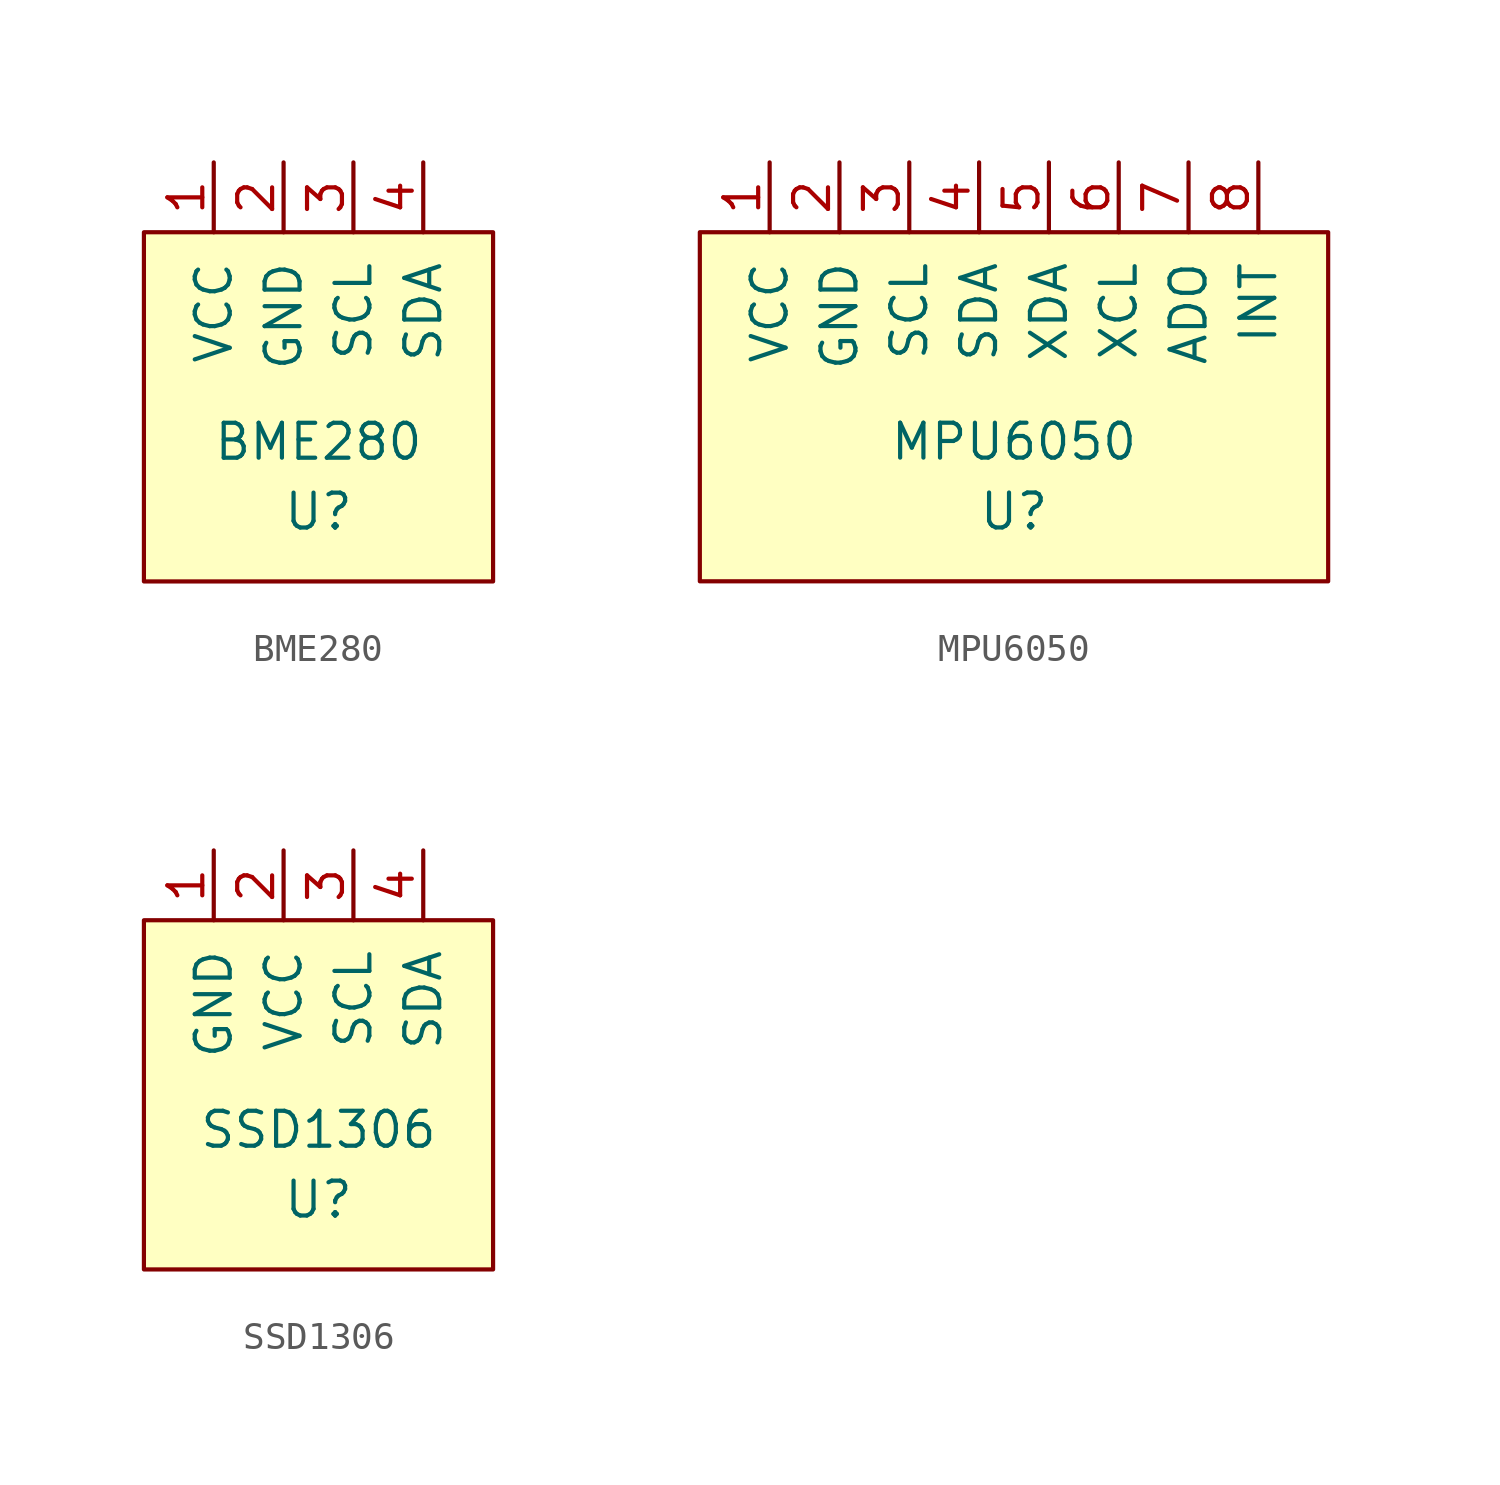
<source format=kicad_sym>
(kicad_symbol_lib
  (version 20220914)
  (generator kicad_symbol_editor)
  (symbol "BME280"
    (pin_names
      (offset 1.016))
    (property "Reference" "U"
      (at 0 -3.81 0)
      (effects (font (size 1.27 1.27))))
    (property "Value" "BME280"
      (at 0 -1.27 0)
      (effects (font (size 1.27 1.27))))
    (symbol "BME280_0_1"
      (rectangle (start -6.35 6.35) (end 6.35 -6.35) (stroke (width 0) (type solid)) (fill (type background))))
    (symbol "BME280_1_1"
      (pin input line (at -3.81 8.89 270) (length 2.54) (name "VCC" (effects (font (size 1.27 1.27)))) (number "1" (effects (font (size 1.27 1.27)))))
      (pin input line (at -1.27 8.89 270) (length 2.54) (name "GND" (effects (font (size 1.27 1.27)))) (number "2" (effects (font (size 1.27 1.27)))))
      (pin input line (at 1.27 8.89 270) (length 2.54) (name "SCL" (effects (font (size 1.27 1.27)))) (number "3" (effects (font (size 1.27 1.27)))))
      (pin input line (at 3.81 8.89 270) (length 2.54) (name "SDA" (effects (font (size 1.27 1.27)))) (number "4" (effects (font (size 1.27 1.27)))))))
  (symbol "MPU6050"
    (pin_names
      (offset 1.016))
    (property "Reference" "U"
      (at 5.08 -3.81 0)
      (effects (font (size 1.27 1.27))))
    (property "Value" "MPU6050"
      (at 5.08 -1.27 0)
      (effects (font (size 1.27 1.27))))
    (symbol "MPU6050_0_1"
      (rectangle (start -6.35 6.35) (end 16.51 -6.35) (stroke (width 0) (type solid)) (fill (type background))))
    (symbol "MPU6050_1_1"
      (pin input line (at -3.81 8.89 270) (length 2.54) (name "VCC" (effects (font (size 1.27 1.27)))) (number "1" (effects (font (size 1.27 1.27)))))
      (pin input line (at -1.27 8.89 270) (length 2.54) (name "GND" (effects (font (size 1.27 1.27)))) (number "2" (effects (font (size 1.27 1.27)))))
      (pin input line (at 1.27 8.89 270) (length 2.54) (name "SCL" (effects (font (size 1.27 1.27)))) (number "3" (effects (font (size 1.27 1.27)))))
      (pin input line (at 3.81 8.89 270) (length 2.54) (name "SDA" (effects (font (size 1.27 1.27)))) (number "4" (effects (font (size 1.27 1.27)))))
      (pin input line (at 6.35 8.89 270) (length 2.54) (name "XDA" (effects (font (size 1.27 1.27)))) (number "5" (effects (font (size 1.27 1.27)))))
      (pin input line (at 8.89 8.89 270) (length 2.54) (name "XCL" (effects (font (size 1.27 1.27)))) (number "6" (effects (font (size 1.27 1.27)))))
      (pin input line (at 11.43 8.89 270) (length 2.54) (name "ADO" (effects (font (size 1.27 1.27)))) (number "7" (effects (font (size 1.27 1.27)))))
      (pin input line (at 13.97 8.89 270) (length 2.54) (name "INT" (effects (font (size 1.27 1.27)))) (number "8" (effects (font (size 1.27 1.27)))))))
  (symbol "SSD1306"
    (pin_names
      (offset 1.016))
    (property "Reference" "U"
      (at 0 -3.81 0)
      (effects (font (size 1.27 1.27))))
    (property "Value" "SSD1306"
      (at 0 -1.27 0)
      (effects (font (size 1.27 1.27))))
    (symbol "SSD1306_0_1"
      (rectangle (start -6.35 6.35) (end 6.35 -6.35) (stroke (width 0) (type solid)) (fill (type background))))
    (symbol "SSD1306_1_1"
      (pin input line (at -3.81 8.89 270) (length 2.54) (name "GND" (effects (font (size 1.27 1.27)))) (number "1" (effects (font (size 1.27 1.27)))))
      (pin input line (at -1.27 8.89 270) (length 2.54) (name "VCC" (effects (font (size 1.27 1.27)))) (number "2" (effects (font (size 1.27 1.27)))))
      (pin input line (at 1.27 8.89 270) (length 2.54) (name "SCL" (effects (font (size 1.27 1.27)))) (number "3" (effects (font (size 1.27 1.27)))))
      (pin input line (at 3.81 8.89 270) (length 2.54) (name "SDA" (effects (font (size 1.27 1.27)))) (number "4" (effects (font (size 1.27 1.27))))))))
</source>
